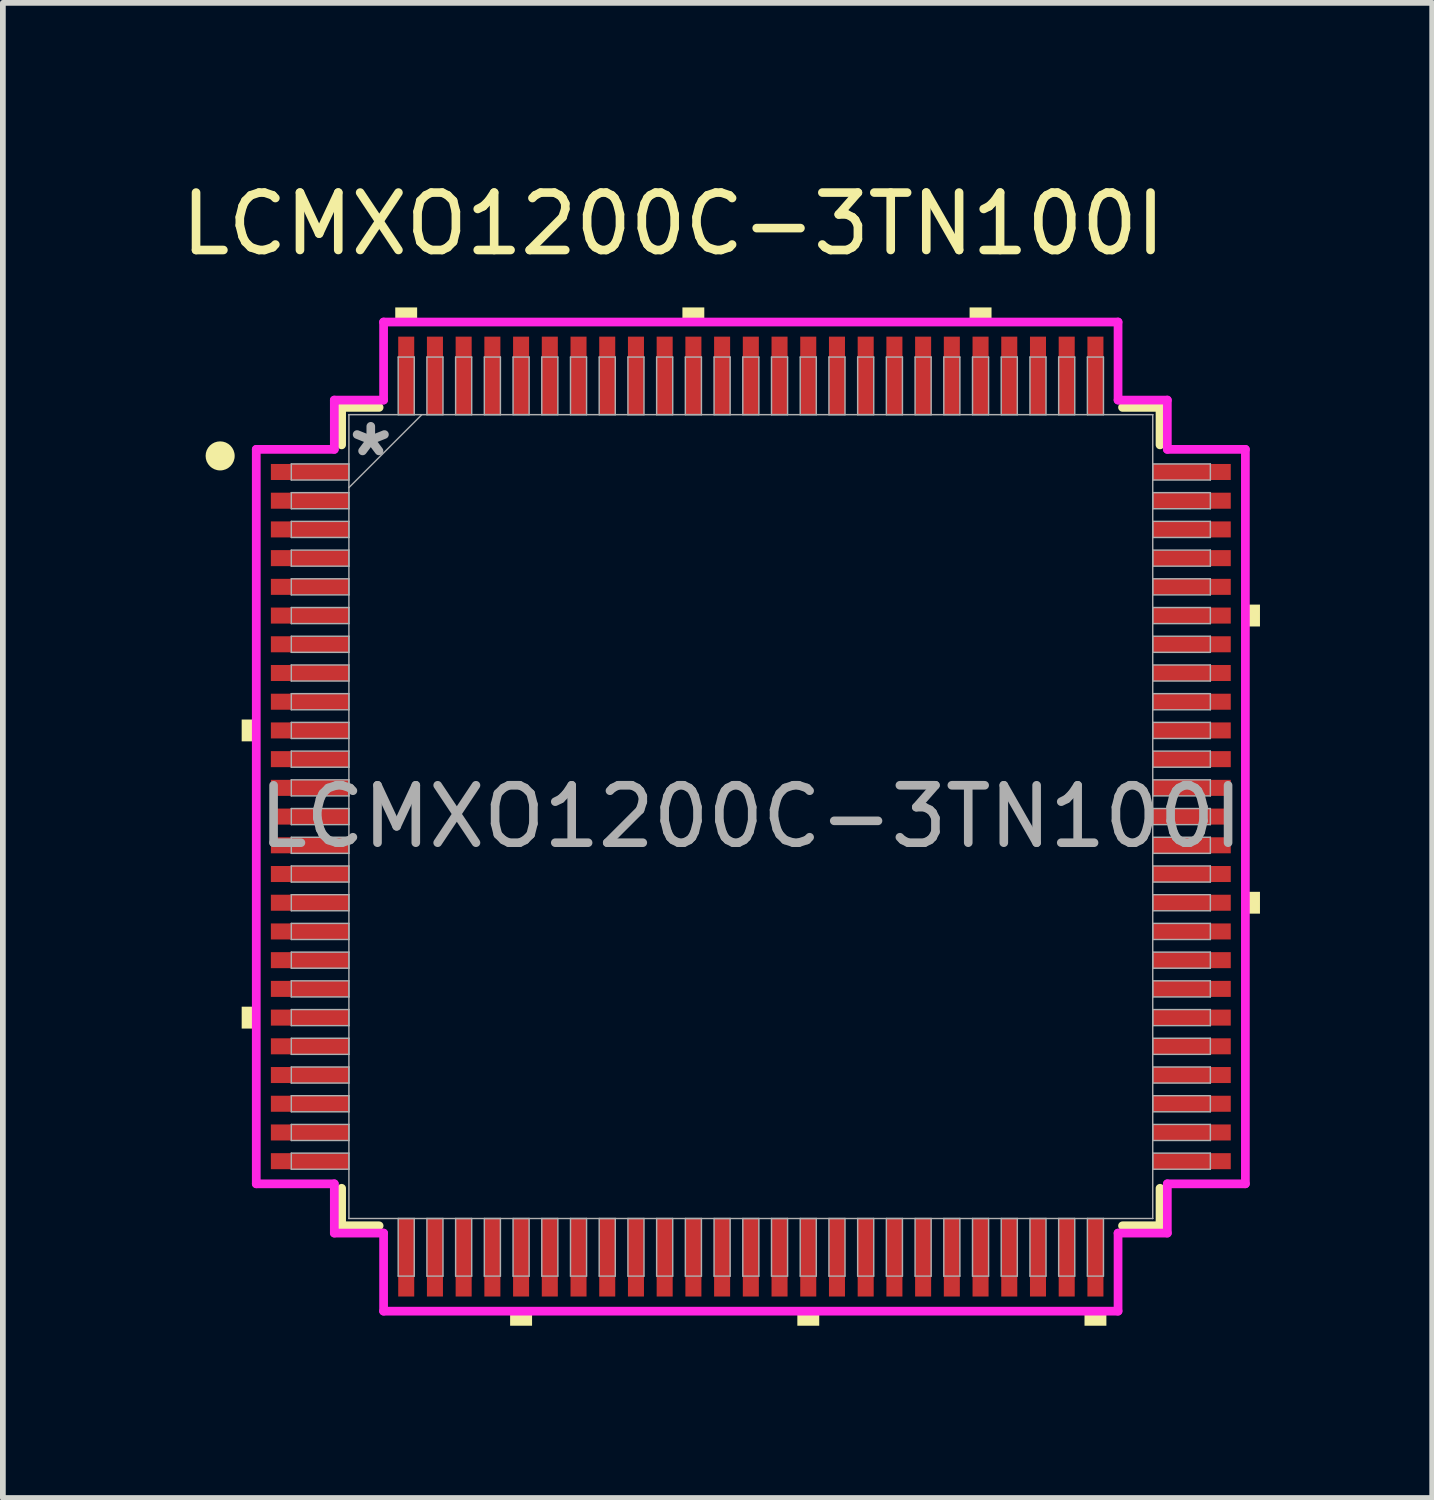
<source format=kicad_pcb>
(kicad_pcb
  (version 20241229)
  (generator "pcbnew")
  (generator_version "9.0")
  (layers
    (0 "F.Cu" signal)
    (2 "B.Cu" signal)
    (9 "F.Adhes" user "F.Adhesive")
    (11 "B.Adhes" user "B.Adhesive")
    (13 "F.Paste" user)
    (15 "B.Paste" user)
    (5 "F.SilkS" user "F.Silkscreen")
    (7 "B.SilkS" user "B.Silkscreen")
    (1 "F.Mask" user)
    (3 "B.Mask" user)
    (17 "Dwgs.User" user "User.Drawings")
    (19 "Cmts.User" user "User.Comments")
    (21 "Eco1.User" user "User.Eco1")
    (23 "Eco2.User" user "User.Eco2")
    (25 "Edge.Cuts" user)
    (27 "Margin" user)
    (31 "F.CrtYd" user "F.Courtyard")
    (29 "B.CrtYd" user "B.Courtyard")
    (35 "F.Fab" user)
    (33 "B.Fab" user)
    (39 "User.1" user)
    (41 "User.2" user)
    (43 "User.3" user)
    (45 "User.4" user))
  (footprint "LCMXO1200C-3TN100I"
    (layer "F.Cu")
    (at 10.023 11.168)
    (property "Reference" "LCMXO1200C-3TN100I" (at -1.35 -10.32 0) (unlocked yes) (layer "F.SilkS") (effects (font (size 1 1) (thickness 0.15))))
    (attr smd)
    (fp_line (start -7.125 -7.125) (end -7.125 -6.472) (stroke (width 0.152) (type solid)) (layer "F.SilkS"))
    (fp_line (start -7.125 6.472) (end -7.125 7.125) (stroke (width 0.152) (type solid)) (layer "F.SilkS"))
    (fp_line (start -7.125 7.125) (end -6.472 7.125) (stroke (width 0.152) (type solid)) (layer "F.SilkS"))
    (fp_line (start -6.472 -7.125) (end -7.125 -7.125) (stroke (width 0.152) (type solid)) (layer "F.SilkS"))
    (fp_line (start 6.472 7.125) (end 7.125 7.125) (stroke (width 0.152) (type solid)) (layer "F.SilkS"))
    (fp_line (start 7.125 -7.125) (end 6.472 -7.125) (stroke (width 0.152) (type solid)) (layer "F.SilkS"))
    (fp_line (start 7.125 -6.472) (end 7.125 -7.125) (stroke (width 0.152) (type solid)) (layer "F.SilkS"))
    (fp_line (start 7.125 7.125) (end 7.125 6.472) (stroke (width 0.152) (type solid)) (layer "F.SilkS"))
    (fp_circle (center -9.24 -6.28) (end -9.047 -6.28) (stroke (width 0.12) (type solid)) (fill yes) (layer "F.SilkS"))
    (fp_poly (pts (xy -8.865 -1.69) (xy -8.865 -1.31) (xy -8.611 -1.31) (xy -8.611 -1.69)) (stroke (width 0) (type solid)) (fill yes) (layer "F.SilkS"))
    (fp_poly (pts (xy -8.865 3.31) (xy -8.865 3.691) (xy -8.611 3.691) (xy -8.611 3.31)) (stroke (width 0) (type solid)) (fill yes) (layer "F.SilkS"))
    (fp_poly (pts (xy -6.191 -8.611) (xy -6.191 -8.865) (xy -5.81 -8.865) (xy -5.81 -8.611)) (stroke (width 0) (type solid)) (fill yes) (layer "F.SilkS"))
    (fp_poly (pts (xy -4.191 8.611) (xy -4.191 8.865) (xy -3.809 8.865) (xy -3.809 8.611)) (stroke (width 0) (type solid)) (fill yes) (layer "F.SilkS"))
    (fp_poly (pts (xy -1.191 -8.611) (xy -1.191 -8.865) (xy -0.81 -8.865) (xy -0.81 -8.611)) (stroke (width 0) (type solid)) (fill yes) (layer "F.SilkS"))
    (fp_poly (pts (xy 0.81 8.611) (xy 0.81 8.865) (xy 1.191 8.865) (xy 1.191 8.611)) (stroke (width 0) (type solid)) (fill yes) (layer "F.SilkS"))
    (fp_poly (pts (xy 3.809 -8.611) (xy 3.809 -8.865) (xy 4.191 -8.865) (xy 4.191 -8.611)) (stroke (width 0) (type solid)) (fill yes) (layer "F.SilkS"))
    (fp_poly (pts (xy 5.81 8.611) (xy 5.81 8.865) (xy 6.191 8.865) (xy 6.191 8.611)) (stroke (width 0) (type solid)) (fill yes) (layer "F.SilkS"))
    (fp_poly (pts (xy 8.865 -3.691) (xy 8.865 -3.31) (xy 8.611 -3.31) (xy 8.611 -3.691)) (stroke (width 0) (type solid)) (fill yes) (layer "F.SilkS"))
    (fp_poly (pts (xy 8.865 1.31) (xy 8.865 1.69) (xy 8.611 1.69) (xy 8.611 1.31)) (stroke (width 0) (type solid)) (fill yes) (layer "F.SilkS"))
    (fp_line (start -8.611 -6.394) (end -7.252 -6.394) (stroke (width 0.152) (type solid)) (layer "F.CrtYd"))
    (fp_line (start -8.611 6.394) (end -8.611 -6.394) (stroke (width 0.152) (type solid)) (layer "F.CrtYd"))
    (fp_line (start -7.252 -7.252) (end -6.394 -7.252) (stroke (width 0.152) (type solid)) (layer "F.CrtYd"))
    (fp_line (start -7.252 -6.394) (end -7.252 -7.252) (stroke (width 0.152) (type solid)) (layer "F.CrtYd"))
    (fp_line (start -7.252 6.394) (end -8.611 6.394) (stroke (width 0.152) (type solid)) (layer "F.CrtYd"))
    (fp_line (start -7.252 7.252) (end -7.252 6.394) (stroke (width 0.152) (type solid)) (layer "F.CrtYd"))
    (fp_line (start -7.252 7.252) (end -6.394 7.252) (stroke (width 0.152) (type solid)) (layer "F.CrtYd"))
    (fp_line (start -6.394 -8.611) (end 6.394 -8.611) (stroke (width 0.152) (type solid)) (layer "F.CrtYd"))
    (fp_line (start -6.394 -7.252) (end -6.394 -8.611) (stroke (width 0.152) (type solid)) (layer "F.CrtYd"))
    (fp_line (start -6.394 7.252) (end -6.394 8.611) (stroke (width 0.152) (type solid)) (layer "F.CrtYd"))
    (fp_line (start -6.394 8.611) (end 6.394 8.611) (stroke (width 0.152) (type solid)) (layer "F.CrtYd"))
    (fp_line (start 6.394 -8.611) (end 6.394 -7.252) (stroke (width 0.152) (type solid)) (layer "F.CrtYd"))
    (fp_line (start 6.394 -7.252) (end 7.252 -7.252) (stroke (width 0.152) (type solid)) (layer "F.CrtYd"))
    (fp_line (start 6.394 7.252) (end 7.252 7.252) (stroke (width 0.152) (type solid)) (layer "F.CrtYd"))
    (fp_line (start 6.394 8.611) (end 6.394 7.252) (stroke (width 0.152) (type solid)) (layer "F.CrtYd"))
    (fp_line (start 7.252 -6.394) (end 7.252 -7.252) (stroke (width 0.152) (type solid)) (layer "F.CrtYd"))
    (fp_line (start 7.252 6.394) (end 8.611 6.394) (stroke (width 0.152) (type solid)) (layer "F.CrtYd"))
    (fp_line (start 7.252 7.252) (end 7.252 6.394) (stroke (width 0.152) (type solid)) (layer "F.CrtYd"))
    (fp_line (start 8.611 -6.394) (end 7.252 -6.394) (stroke (width 0.152) (type solid)) (layer "F.CrtYd"))
    (fp_line (start 8.611 6.394) (end 8.611 -6.394) (stroke (width 0.152) (type solid)) (layer "F.CrtYd"))
    (fp_line (start -8.001 -6.14) (end -8.001 -5.86) (stroke (width 0.025) (type solid)) (layer "F.Fab"))
    (fp_line (start -8.001 -5.86) (end -6.998 -5.86) (stroke (width 0.025) (type solid)) (layer "F.Fab"))
    (fp_line (start -8.001 -5.64) (end -8.001 -5.36) (stroke (width 0.025) (type solid)) (layer "F.Fab"))
    (fp_line (start -8.001 -5.36) (end -6.998 -5.36) (stroke (width 0.025) (type solid)) (layer "F.Fab"))
    (fp_line (start -8.001 -5.14) (end -8.001 -4.86) (stroke (width 0.025) (type solid)) (layer "F.Fab"))
    (fp_line (start -8.001 -4.86) (end -6.998 -4.86) (stroke (width 0.025) (type solid)) (layer "F.Fab"))
    (fp_line (start -8.001 -4.64) (end -8.001 -4.36) (stroke (width 0.025) (type solid)) (layer "F.Fab"))
    (fp_line (start -8.001 -4.36) (end -6.998 -4.36) (stroke (width 0.025) (type solid)) (layer "F.Fab"))
    (fp_line (start -8.001 -4.14) (end -8.001 -3.86) (stroke (width 0.025) (type solid)) (layer "F.Fab"))
    (fp_line (start -8.001 -3.86) (end -6.998 -3.86) (stroke (width 0.025) (type solid)) (layer "F.Fab"))
    (fp_line (start -8.001 -3.64) (end -8.001 -3.36) (stroke (width 0.025) (type solid)) (layer "F.Fab"))
    (fp_line (start -8.001 -3.36) (end -6.998 -3.36) (stroke (width 0.025) (type solid)) (layer "F.Fab"))
    (fp_line (start -8.001 -3.14) (end -8.001 -2.86) (stroke (width 0.025) (type solid)) (layer "F.Fab"))
    (fp_line (start -8.001 -2.86) (end -6.998 -2.86) (stroke (width 0.025) (type solid)) (layer "F.Fab"))
    (fp_line (start -8.001 -2.64) (end -8.001 -2.36) (stroke (width 0.025) (type solid)) (layer "F.Fab"))
    (fp_line (start -8.001 -2.36) (end -6.998 -2.36) (stroke (width 0.025) (type solid)) (layer "F.Fab"))
    (fp_line (start -8.001 -2.14) (end -8.001 -1.86) (stroke (width 0.025) (type solid)) (layer "F.Fab"))
    (fp_line (start -8.001 -1.86) (end -6.998 -1.86) (stroke (width 0.025) (type solid)) (layer "F.Fab"))
    (fp_line (start -8.001 -1.64) (end -8.001 -1.36) (stroke (width 0.025) (type solid)) (layer "F.Fab"))
    (fp_line (start -8.001 -1.36) (end -6.998 -1.36) (stroke (width 0.025) (type solid)) (layer "F.Fab"))
    (fp_line (start -8.001 -1.14) (end -8.001 -0.86) (stroke (width 0.025) (type solid)) (layer "F.Fab"))
    (fp_line (start -8.001 -0.86) (end -6.998 -0.86) (stroke (width 0.025) (type solid)) (layer "F.Fab"))
    (fp_line (start -8.001 -0.64) (end -8.001 -0.36) (stroke (width 0.025) (type solid)) (layer "F.Fab"))
    (fp_line (start -8.001 -0.36) (end -6.998 -0.36) (stroke (width 0.025) (type solid)) (layer "F.Fab"))
    (fp_line (start -8.001 -0.14) (end -8.001 0.14) (stroke (width 0.025) (type solid)) (layer "F.Fab"))
    (fp_line (start -8.001 0.14) (end -6.998 0.14) (stroke (width 0.025) (type solid)) (layer "F.Fab"))
    (fp_line (start -8.001 0.36) (end -8.001 0.64) (stroke (width 0.025) (type solid)) (layer "F.Fab"))
    (fp_line (start -8.001 0.64) (end -6.998 0.64) (stroke (width 0.025) (type solid)) (layer "F.Fab"))
    (fp_line (start -8.001 0.86) (end -8.001 1.14) (stroke (width 0.025) (type solid)) (layer "F.Fab"))
    (fp_line (start -8.001 1.14) (end -6.998 1.14) (stroke (width 0.025) (type solid)) (layer "F.Fab"))
    (fp_line (start -8.001 1.36) (end -8.001 1.64) (stroke (width 0.025) (type solid)) (layer "F.Fab"))
    (fp_line (start -8.001 1.64) (end -6.998 1.64) (stroke (width 0.025) (type solid)) (layer "F.Fab"))
    (fp_line (start -8.001 1.86) (end -8.001 2.14) (stroke (width 0.025) (type solid)) (layer "F.Fab"))
    (fp_line (start -8.001 2.14) (end -6.998 2.14) (stroke (width 0.025) (type solid)) (layer "F.Fab"))
    (fp_line (start -8.001 2.36) (end -8.001 2.64) (stroke (width 0.025) (type solid)) (layer "F.Fab"))
    (fp_line (start -8.001 2.64) (end -6.998 2.64) (stroke (width 0.025) (type solid)) (layer "F.Fab"))
    (fp_line (start -8.001 2.86) (end -8.001 3.14) (stroke (width 0.025) (type solid)) (layer "F.Fab"))
    (fp_line (start -8.001 3.14) (end -6.998 3.14) (stroke (width 0.025) (type solid)) (layer "F.Fab"))
    (fp_line (start -8.001 3.36) (end -8.001 3.64) (stroke (width 0.025) (type solid)) (layer "F.Fab"))
    (fp_line (start -8.001 3.64) (end -6.998 3.64) (stroke (width 0.025) (type solid)) (layer "F.Fab"))
    (fp_line (start -8.001 3.86) (end -8.001 4.14) (stroke (width 0.025) (type solid)) (layer "F.Fab"))
    (fp_line (start -8.001 4.14) (end -6.998 4.14) (stroke (width 0.025) (type solid)) (layer "F.Fab"))
    (fp_line (start -8.001 4.36) (end -8.001 4.64) (stroke (width 0.025) (type solid)) (layer "F.Fab"))
    (fp_line (start -8.001 4.64) (end -6.998 4.64) (stroke (width 0.025) (type solid)) (layer "F.Fab"))
    (fp_line (start -8.001 4.86) (end -8.001 5.14) (stroke (width 0.025) (type solid)) (layer "F.Fab"))
    (fp_line (start -8.001 5.14) (end -6.998 5.14) (stroke (width 0.025) (type solid)) (layer "F.Fab"))
    (fp_line (start -8.001 5.36) (end -8.001 5.64) (stroke (width 0.025) (type solid)) (layer "F.Fab"))
    (fp_line (start -8.001 5.64) (end -6.998 5.64) (stroke (width 0.025) (type solid)) (layer "F.Fab"))
    (fp_line (start -8.001 5.86) (end -8.001 6.14) (stroke (width 0.025) (type solid)) (layer "F.Fab"))
    (fp_line (start -8.001 6.14) (end -6.998 6.14) (stroke (width 0.025) (type solid)) (layer "F.Fab"))
    (fp_line (start -6.998 -6.998) (end -6.998 -6.998) (stroke (width 0.025) (type solid)) (layer "F.Fab"))
    (fp_line (start -6.998 -6.998) (end -6.998 6.998) (stroke (width 0.025) (type solid)) (layer "F.Fab"))
    (fp_line (start -6.998 -6.14) (end -8.001 -6.14) (stroke (width 0.025) (type solid)) (layer "F.Fab"))
    (fp_line (start -6.998 -5.86) (end -6.998 -6.14) (stroke (width 0.025) (type solid)) (layer "F.Fab"))
    (fp_line (start -6.998 -5.728) (end -5.728 -6.998) (stroke (width 0.025) (type solid)) (layer "F.Fab"))
    (fp_line (start -6.998 -5.64) (end -8.001 -5.64) (stroke (width 0.025) (type solid)) (layer "F.Fab"))
    (fp_line (start -6.998 -5.36) (end -6.998 -5.64) (stroke (width 0.025) (type solid)) (layer "F.Fab"))
    (fp_line (start -6.998 -5.14) (end -8.001 -5.14) (stroke (width 0.025) (type solid)) (layer "F.Fab"))
    (fp_line (start -6.998 -4.86) (end -6.998 -5.14) (stroke (width 0.025) (type solid)) (layer "F.Fab"))
    (fp_line (start -6.998 -4.64) (end -8.001 -4.64) (stroke (width 0.025) (type solid)) (layer "F.Fab"))
    (fp_line (start -6.998 -4.36) (end -6.998 -4.64) (stroke (width 0.025) (type solid)) (layer "F.Fab"))
    (fp_line (start -6.998 -4.14) (end -8.001 -4.14) (stroke (width 0.025) (type solid)) (layer "F.Fab"))
    (fp_line (start -6.998 -3.86) (end -6.998 -4.14) (stroke (width 0.025) (type solid)) (layer "F.Fab"))
    (fp_line (start -6.998 -3.64) (end -8.001 -3.64) (stroke (width 0.025) (type solid)) (layer "F.Fab"))
    (fp_line (start -6.998 -3.36) (end -6.998 -3.64) (stroke (width 0.025) (type solid)) (layer "F.Fab"))
    (fp_line (start -6.998 -3.14) (end -8.001 -3.14) (stroke (width 0.025) (type solid)) (layer "F.Fab"))
    (fp_line (start -6.998 -2.86) (end -6.998 -3.14) (stroke (width 0.025) (type solid)) (layer "F.Fab"))
    (fp_line (start -6.998 -2.64) (end -8.001 -2.64) (stroke (width 0.025) (type solid)) (layer "F.Fab"))
    (fp_line (start -6.998 -2.36) (end -6.998 -2.64) (stroke (width 0.025) (type solid)) (layer "F.Fab"))
    (fp_line (start -6.998 -2.14) (end -8.001 -2.14) (stroke (width 0.025) (type solid)) (layer "F.Fab"))
    (fp_line (start -6.998 -1.86) (end -6.998 -2.14) (stroke (width 0.025) (type solid)) (layer "F.Fab"))
    (fp_line (start -6.998 -1.64) (end -8.001 -1.64) (stroke (width 0.025) (type solid)) (layer "F.Fab"))
    (fp_line (start -6.998 -1.36) (end -6.998 -1.64) (stroke (width 0.025) (type solid)) (layer "F.Fab"))
    (fp_line (start -6.998 -1.14) (end -8.001 -1.14) (stroke (width 0.025) (type solid)) (layer "F.Fab"))
    (fp_line (start -6.998 -0.86) (end -6.998 -1.14) (stroke (width 0.025) (type solid)) (layer "F.Fab"))
    (fp_line (start -6.998 -0.64) (end -8.001 -0.64) (stroke (width 0.025) (type solid)) (layer "F.Fab"))
    (fp_line (start -6.998 -0.36) (end -6.998 -0.64) (stroke (width 0.025) (type solid)) (layer "F.Fab"))
    (fp_line (start -6.998 -0.14) (end -8.001 -0.14) (stroke (width 0.025) (type solid)) (layer "F.Fab"))
    (fp_line (start -6.998 0.14) (end -6.998 -0.14) (stroke (width 0.025) (type solid)) (layer "F.Fab"))
    (fp_line (start -6.998 0.36) (end -8.001 0.36) (stroke (width 0.025) (type solid)) (layer "F.Fab"))
    (fp_line (start -6.998 0.64) (end -6.998 0.36) (stroke (width 0.025) (type solid)) (layer "F.Fab"))
    (fp_line (start -6.998 0.86) (end -8.001 0.86) (stroke (width 0.025) (type solid)) (layer "F.Fab"))
    (fp_line (start -6.998 1.14) (end -6.998 0.86) (stroke (width 0.025) (type solid)) (layer "F.Fab"))
    (fp_line (start -6.998 1.36) (end -8.001 1.36) (stroke (width 0.025) (type solid)) (layer "F.Fab"))
    (fp_line (start -6.998 1.64) (end -6.998 1.36) (stroke (width 0.025) (type solid)) (layer "F.Fab"))
    (fp_line (start -6.998 1.86) (end -8.001 1.86) (stroke (width 0.025) (type solid)) (layer "F.Fab"))
    (fp_line (start -6.998 2.14) (end -6.998 1.86) (stroke (width 0.025) (type solid)) (layer "F.Fab"))
    (fp_line (start -6.998 2.36) (end -8.001 2.36) (stroke (width 0.025) (type solid)) (layer "F.Fab"))
    (fp_line (start -6.998 2.64) (end -6.998 2.36) (stroke (width 0.025) (type solid)) (layer "F.Fab"))
    (fp_line (start -6.998 2.86) (end -8.001 2.86) (stroke (width 0.025) (type solid)) (layer "F.Fab"))
    (fp_line (start -6.998 3.14) (end -6.998 2.86) (stroke (width 0.025) (type solid)) (layer "F.Fab"))
    (fp_line (start -6.998 3.36) (end -8.001 3.36) (stroke (width 0.025) (type solid)) (layer "F.Fab"))
    (fp_line (start -6.998 3.64) (end -6.998 3.36) (stroke (width 0.025) (type solid)) (layer "F.Fab"))
    (fp_line (start -6.998 3.86) (end -8.001 3.86) (stroke (width 0.025) (type solid)) (layer "F.Fab"))
    (fp_line (start -6.998 4.14) (end -6.998 3.86) (stroke (width 0.025) (type solid)) (layer "F.Fab"))
    (fp_line (start -6.998 4.36) (end -8.001 4.36) (stroke (width 0.025) (type solid)) (layer "F.Fab"))
    (fp_line (start -6.998 4.64) (end -6.998 4.36) (stroke (width 0.025) (type solid)) (layer "F.Fab"))
    (fp_line (start -6.998 4.86) (end -8.001 4.86) (stroke (width 0.025) (type solid)) (layer "F.Fab"))
    (fp_line (start -6.998 5.14) (end -6.998 4.86) (stroke (width 0.025) (type solid)) (layer "F.Fab"))
    (fp_line (start -6.998 5.36) (end -8.001 5.36) (stroke (width 0.025) (type solid)) (layer "F.Fab"))
    (fp_line (start -6.998 5.64) (end -6.998 5.36) (stroke (width 0.025) (type solid)) (layer "F.Fab"))
    (fp_line (start -6.998 5.86) (end -8.001 5.86) (stroke (width 0.025) (type solid)) (layer "F.Fab"))
    (fp_line (start -6.998 6.14) (end -6.998 5.86) (stroke (width 0.025) (type solid)) (layer "F.Fab"))
    (fp_line (start -6.998 6.998) (end -6.998 6.998) (stroke (width 0.025) (type solid)) (layer "F.Fab"))
    (fp_line (start -6.998 6.998) (end 6.998 6.998) (stroke (width 0.025) (type solid)) (layer "F.Fab"))
    (fp_line (start -6.14 -8.001) (end -6.14 -6.998) (stroke (width 0.025) (type solid)) (layer "F.Fab"))
    (fp_line (start -6.14 -6.998) (end -5.86 -6.998) (stroke (width 0.025) (type solid)) (layer "F.Fab"))
    (fp_line (start -6.14 6.998) (end -6.14 8.001) (stroke (width 0.025) (type solid)) (layer "F.Fab"))
    (fp_line (start -6.14 8.001) (end -5.86 8.001) (stroke (width 0.025) (type solid)) (layer "F.Fab"))
    (fp_line (start -5.86 -8.001) (end -6.14 -8.001) (stroke (width 0.025) (type solid)) (layer "F.Fab"))
    (fp_line (start -5.86 -6.998) (end -5.86 -8.001) (stroke (width 0.025) (type solid)) (layer "F.Fab"))
    (fp_line (start -5.86 6.998) (end -6.14 6.998) (stroke (width 0.025) (type solid)) (layer "F.Fab"))
    (fp_line (start -5.86 8.001) (end -5.86 6.998) (stroke (width 0.025) (type solid)) (layer "F.Fab"))
    (fp_line (start -5.64 -8.001) (end -5.64 -6.998) (stroke (width 0.025) (type solid)) (layer "F.Fab"))
    (fp_line (start -5.64 -6.998) (end -5.36 -6.998) (stroke (width 0.025) (type solid)) (layer "F.Fab"))
    (fp_line (start -5.64 6.998) (end -5.64 8.001) (stroke (width 0.025) (type solid)) (layer "F.Fab"))
    (fp_line (start -5.64 8.001) (end -5.36 8.001) (stroke (width 0.025) (type solid)) (layer "F.Fab"))
    (fp_line (start -5.36 -8.001) (end -5.64 -8.001) (stroke (width 0.025) (type solid)) (layer "F.Fab"))
    (fp_line (start -5.36 -6.998) (end -5.36 -8.001) (stroke (width 0.025) (type solid)) (layer "F.Fab"))
    (fp_line (start -5.36 6.998) (end -5.64 6.998) (stroke (width 0.025) (type solid)) (layer "F.Fab"))
    (fp_line (start -5.36 8.001) (end -5.36 6.998) (stroke (width 0.025) (type solid)) (layer "F.Fab"))
    (fp_line (start -5.14 -8.001) (end -5.14 -6.998) (stroke (width 0.025) (type solid)) (layer "F.Fab"))
    (fp_line (start -5.14 -6.998) (end -4.86 -6.998) (stroke (width 0.025) (type solid)) (layer "F.Fab"))
    (fp_line (start -5.14 6.998) (end -5.14 8.001) (stroke (width 0.025) (type solid)) (layer "F.Fab"))
    (fp_line (start -5.14 8.001) (end -4.86 8.001) (stroke (width 0.025) (type solid)) (layer "F.Fab"))
    (fp_line (start -4.86 -8.001) (end -5.14 -8.001) (stroke (width 0.025) (type solid)) (layer "F.Fab"))
    (fp_line (start -4.86 -6.998) (end -4.86 -8.001) (stroke (width 0.025) (type solid)) (layer "F.Fab"))
    (fp_line (start -4.86 6.998) (end -5.14 6.998) (stroke (width 0.025) (type solid)) (layer "F.Fab"))
    (fp_line (start -4.86 8.001) (end -4.86 6.998) (stroke (width 0.025) (type solid)) (layer "F.Fab"))
    (fp_line (start -4.64 -8.001) (end -4.64 -6.998) (stroke (width 0.025) (type solid)) (layer "F.Fab"))
    (fp_line (start -4.64 -6.998) (end -4.36 -6.998) (stroke (width 0.025) (type solid)) (layer "F.Fab"))
    (fp_line (start -4.64 6.998) (end -4.64 8.001) (stroke (width 0.025) (type solid)) (layer "F.Fab"))
    (fp_line (start -4.64 8.001) (end -4.36 8.001) (stroke (width 0.025) (type solid)) (layer "F.Fab"))
    (fp_line (start -4.36 -8.001) (end -4.64 -8.001) (stroke (width 0.025) (type solid)) (layer "F.Fab"))
    (fp_line (start -4.36 -6.998) (end -4.36 -8.001) (stroke (width 0.025) (type solid)) (layer "F.Fab"))
    (fp_line (start -4.36 6.998) (end -4.64 6.998) (stroke (width 0.025) (type solid)) (layer "F.Fab"))
    (fp_line (start -4.36 8.001) (end -4.36 6.998) (stroke (width 0.025) (type solid)) (layer "F.Fab"))
    (fp_line (start -4.14 -8.001) (end -4.14 -6.998) (stroke (width 0.025) (type solid)) (layer "F.Fab"))
    (fp_line (start -4.14 -6.998) (end -3.86 -6.998) (stroke (width 0.025) (type solid)) (layer "F.Fab"))
    (fp_line (start -4.14 6.998) (end -4.14 8.001) (stroke (width 0.025) (type solid)) (layer "F.Fab"))
    (fp_line (start -4.14 8.001) (end -3.86 8.001) (stroke (width 0.025) (type solid)) (layer "F.Fab"))
    (fp_line (start -3.86 -8.001) (end -4.14 -8.001) (stroke (width 0.025) (type solid)) (layer "F.Fab"))
    (fp_line (start -3.86 -6.998) (end -3.86 -8.001) (stroke (width 0.025) (type solid)) (layer "F.Fab"))
    (fp_line (start -3.86 6.998) (end -4.14 6.998) (stroke (width 0.025) (type solid)) (layer "F.Fab"))
    (fp_line (start -3.86 8.001) (end -3.86 6.998) (stroke (width 0.025) (type solid)) (layer "F.Fab"))
    (fp_line (start -3.64 -8.001) (end -3.64 -6.998) (stroke (width 0.025) (type solid)) (layer "F.Fab"))
    (fp_line (start -3.64 -6.998) (end -3.36 -6.998) (stroke (width 0.025) (type solid)) (layer "F.Fab"))
    (fp_line (start -3.64 6.998) (end -3.64 8.001) (stroke (width 0.025) (type solid)) (layer "F.Fab"))
    (fp_line (start -3.64 8.001) (end -3.36 8.001) (stroke (width 0.025) (type solid)) (layer "F.Fab"))
    (fp_line (start -3.36 -8.001) (end -3.64 -8.001) (stroke (width 0.025) (type solid)) (layer "F.Fab"))
    (fp_line (start -3.36 -6.998) (end -3.36 -8.001) (stroke (width 0.025) (type solid)) (layer "F.Fab"))
    (fp_line (start -3.36 6.998) (end -3.64 6.998) (stroke (width 0.025) (type solid)) (layer "F.Fab"))
    (fp_line (start -3.36 8.001) (end -3.36 6.998) (stroke (width 0.025) (type solid)) (layer "F.Fab"))
    (fp_line (start -3.14 -8.001) (end -3.14 -6.998) (stroke (width 0.025) (type solid)) (layer "F.Fab"))
    (fp_line (start -3.14 -6.998) (end -2.86 -6.998) (stroke (width 0.025) (type solid)) (layer "F.Fab"))
    (fp_line (start -3.14 6.998) (end -3.14 8.001) (stroke (width 0.025) (type solid)) (layer "F.Fab"))
    (fp_line (start -3.14 8.001) (end -2.86 8.001) (stroke (width 0.025) (type solid)) (layer "F.Fab"))
    (fp_line (start -2.86 -8.001) (end -3.14 -8.001) (stroke (width 0.025) (type solid)) (layer "F.Fab"))
    (fp_line (start -2.86 -6.998) (end -2.86 -8.001) (stroke (width 0.025) (type solid)) (layer "F.Fab"))
    (fp_line (start -2.86 6.998) (end -3.14 6.998) (stroke (width 0.025) (type solid)) (layer "F.Fab"))
    (fp_line (start -2.86 8.001) (end -2.86 6.998) (stroke (width 0.025) (type solid)) (layer "F.Fab"))
    (fp_line (start -2.64 -8.001) (end -2.64 -6.998) (stroke (width 0.025) (type solid)) (layer "F.Fab"))
    (fp_line (start -2.64 -6.998) (end -2.36 -6.998) (stroke (width 0.025) (type solid)) (layer "F.Fab"))
    (fp_line (start -2.64 6.998) (end -2.64 8.001) (stroke (width 0.025) (type solid)) (layer "F.Fab"))
    (fp_line (start -2.64 8.001) (end -2.36 8.001) (stroke (width 0.025) (type solid)) (layer "F.Fab"))
    (fp_line (start -2.36 -8.001) (end -2.64 -8.001) (stroke (width 0.025) (type solid)) (layer "F.Fab"))
    (fp_line (start -2.36 -6.998) (end -2.36 -8.001) (stroke (width 0.025) (type solid)) (layer "F.Fab"))
    (fp_line (start -2.36 6.998) (end -2.64 6.998) (stroke (width 0.025) (type solid)) (layer "F.Fab"))
    (fp_line (start -2.36 8.001) (end -2.36 6.998) (stroke (width 0.025) (type solid)) (layer "F.Fab"))
    (fp_line (start -2.14 -8.001) (end -2.14 -6.998) (stroke (width 0.025) (type solid)) (layer "F.Fab"))
    (fp_line (start -2.14 -6.998) (end -1.86 -6.998) (stroke (width 0.025) (type solid)) (layer "F.Fab"))
    (fp_line (start -2.14 6.998) (end -2.14 8.001) (stroke (width 0.025) (type solid)) (layer "F.Fab"))
    (fp_line (start -2.14 8.001) (end -1.86 8.001) (stroke (width 0.025) (type solid)) (layer "F.Fab"))
    (fp_line (start -1.86 -8.001) (end -2.14 -8.001) (stroke (width 0.025) (type solid)) (layer "F.Fab"))
    (fp_line (start -1.86 -6.998) (end -1.86 -8.001) (stroke (width 0.025) (type solid)) (layer "F.Fab"))
    (fp_line (start -1.86 6.998) (end -2.14 6.998) (stroke (width 0.025) (type solid)) (layer "F.Fab"))
    (fp_line (start -1.86 8.001) (end -1.86 6.998) (stroke (width 0.025) (type solid)) (layer "F.Fab"))
    (fp_line (start -1.64 -8.001) (end -1.64 -6.998) (stroke (width 0.025) (type solid)) (layer "F.Fab"))
    (fp_line (start -1.64 -6.998) (end -1.36 -6.998) (stroke (width 0.025) (type solid)) (layer "F.Fab"))
    (fp_line (start -1.64 6.998) (end -1.64 8.001) (stroke (width 0.025) (type solid)) (layer "F.Fab"))
    (fp_line (start -1.64 8.001) (end -1.36 8.001) (stroke (width 0.025) (type solid)) (layer "F.Fab"))
    (fp_line (start -1.36 -8.001) (end -1.64 -8.001) (stroke (width 0.025) (type solid)) (layer "F.Fab"))
    (fp_line (start -1.36 -6.998) (end -1.36 -8.001) (stroke (width 0.025) (type solid)) (layer "F.Fab"))
    (fp_line (start -1.36 6.998) (end -1.64 6.998) (stroke (width 0.025) (type solid)) (layer "F.Fab"))
    (fp_line (start -1.36 8.001) (end -1.36 6.998) (stroke (width 0.025) (type solid)) (layer "F.Fab"))
    (fp_line (start -1.14 -8.001) (end -1.14 -6.998) (stroke (width 0.025) (type solid)) (layer "F.Fab"))
    (fp_line (start -1.14 -6.998) (end -0.86 -6.998) (stroke (width 0.025) (type solid)) (layer "F.Fab"))
    (fp_line (start -1.14 6.998) (end -1.14 8.001) (stroke (width 0.025) (type solid)) (layer "F.Fab"))
    (fp_line (start -1.14 8.001) (end -0.86 8.001) (stroke (width 0.025) (type solid)) (layer "F.Fab"))
    (fp_line (start -0.86 -8.001) (end -1.14 -8.001) (stroke (width 0.025) (type solid)) (layer "F.Fab"))
    (fp_line (start -0.86 -6.998) (end -0.86 -8.001) (stroke (width 0.025) (type solid)) (layer "F.Fab"))
    (fp_line (start -0.86 6.998) (end -1.14 6.998) (stroke (width 0.025) (type solid)) (layer "F.Fab"))
    (fp_line (start -0.86 8.001) (end -0.86 6.998) (stroke (width 0.025) (type solid)) (layer "F.Fab"))
    (fp_line (start -0.64 -8.001) (end -0.64 -6.998) (stroke (width 0.025) (type solid)) (layer "F.Fab"))
    (fp_line (start -0.64 -6.998) (end -0.36 -6.998) (stroke (width 0.025) (type solid)) (layer "F.Fab"))
    (fp_line (start -0.64 6.998) (end -0.64 8.001) (stroke (width 0.025) (type solid)) (layer "F.Fab"))
    (fp_line (start -0.64 8.001) (end -0.36 8.001) (stroke (width 0.025) (type solid)) (layer "F.Fab"))
    (fp_line (start -0.36 -8.001) (end -0.64 -8.001) (stroke (width 0.025) (type solid)) (layer "F.Fab"))
    (fp_line (start -0.36 -6.998) (end -0.36 -8.001) (stroke (width 0.025) (type solid)) (layer "F.Fab"))
    (fp_line (start -0.36 6.998) (end -0.64 6.998) (stroke (width 0.025) (type solid)) (layer "F.Fab"))
    (fp_line (start -0.36 8.001) (end -0.36 6.998) (stroke (width 0.025) (type solid)) (layer "F.Fab"))
    (fp_line (start -0.14 -8.001) (end -0.14 -6.998) (stroke (width 0.025) (type solid)) (layer "F.Fab"))
    (fp_line (start -0.14 -6.998) (end 0.14 -6.998) (stroke (width 0.025) (type solid)) (layer "F.Fab"))
    (fp_line (start -0.14 6.998) (end -0.14 8.001) (stroke (width 0.025) (type solid)) (layer "F.Fab"))
    (fp_line (start -0.14 8.001) (end 0.14 8.001) (stroke (width 0.025) (type solid)) (layer "F.Fab"))
    (fp_line (start 0.14 -8.001) (end -0.14 -8.001) (stroke (width 0.025) (type solid)) (layer "F.Fab"))
    (fp_line (start 0.14 -6.998) (end 0.14 -8.001) (stroke (width 0.025) (type solid)) (layer "F.Fab"))
    (fp_line (start 0.14 6.998) (end -0.14 6.998) (stroke (width 0.025) (type solid)) (layer "F.Fab"))
    (fp_line (start 0.14 8.001) (end 0.14 6.998) (stroke (width 0.025) (type solid)) (layer "F.Fab"))
    (fp_line (start 0.36 -8.001) (end 0.36 -6.998) (stroke (width 0.025) (type solid)) (layer "F.Fab"))
    (fp_line (start 0.36 -6.998) (end 0.64 -6.998) (stroke (width 0.025) (type solid)) (layer "F.Fab"))
    (fp_line (start 0.36 6.998) (end 0.36 8.001) (stroke (width 0.025) (type solid)) (layer "F.Fab"))
    (fp_line (start 0.36 8.001) (end 0.64 8.001) (stroke (width 0.025) (type solid)) (layer "F.Fab"))
    (fp_line (start 0.64 -8.001) (end 0.36 -8.001) (stroke (width 0.025) (type solid)) (layer "F.Fab"))
    (fp_line (start 0.64 -6.998) (end 0.64 -8.001) (stroke (width 0.025) (type solid)) (layer "F.Fab"))
    (fp_line (start 0.64 6.998) (end 0.36 6.998) (stroke (width 0.025) (type solid)) (layer "F.Fab"))
    (fp_line (start 0.64 8.001) (end 0.64 6.998) (stroke (width 0.025) (type solid)) (layer "F.Fab"))
    (fp_line (start 0.86 -8.001) (end 0.86 -6.998) (stroke (width 0.025) (type solid)) (layer "F.Fab"))
    (fp_line (start 0.86 -6.998) (end 1.14 -6.998) (stroke (width 0.025) (type solid)) (layer "F.Fab"))
    (fp_line (start 0.86 6.998) (end 0.86 8.001) (stroke (width 0.025) (type solid)) (layer "F.Fab"))
    (fp_line (start 0.86 8.001) (end 1.14 8.001) (stroke (width 0.025) (type solid)) (layer "F.Fab"))
    (fp_line (start 1.14 -8.001) (end 0.86 -8.001) (stroke (width 0.025) (type solid)) (layer "F.Fab"))
    (fp_line (start 1.14 -6.998) (end 1.14 -8.001) (stroke (width 0.025) (type solid)) (layer "F.Fab"))
    (fp_line (start 1.14 6.998) (end 0.86 6.998) (stroke (width 0.025) (type solid)) (layer "F.Fab"))
    (fp_line (start 1.14 8.001) (end 1.14 6.998) (stroke (width 0.025) (type solid)) (layer "F.Fab"))
    (fp_line (start 1.36 -8.001) (end 1.36 -6.998) (stroke (width 0.025) (type solid)) (layer "F.Fab"))
    (fp_line (start 1.36 -6.998) (end 1.64 -6.998) (stroke (width 0.025) (type solid)) (layer "F.Fab"))
    (fp_line (start 1.36 6.998) (end 1.36 8.001) (stroke (width 0.025) (type solid)) (layer "F.Fab"))
    (fp_line (start 1.36 8.001) (end 1.64 8.001) (stroke (width 0.025) (type solid)) (layer "F.Fab"))
    (fp_line (start 1.64 -8.001) (end 1.36 -8.001) (stroke (width 0.025) (type solid)) (layer "F.Fab"))
    (fp_line (start 1.64 -6.998) (end 1.64 -8.001) (stroke (width 0.025) (type solid)) (layer "F.Fab"))
    (fp_line (start 1.64 6.998) (end 1.36 6.998) (stroke (width 0.025) (type solid)) (layer "F.Fab"))
    (fp_line (start 1.64 8.001) (end 1.64 6.998) (stroke (width 0.025) (type solid)) (layer "F.Fab"))
    (fp_line (start 1.86 -8.001) (end 1.86 -6.998) (stroke (width 0.025) (type solid)) (layer "F.Fab"))
    (fp_line (start 1.86 -6.998) (end 2.14 -6.998) (stroke (width 0.025) (type solid)) (layer "F.Fab"))
    (fp_line (start 1.86 6.998) (end 1.86 8.001) (stroke (width 0.025) (type solid)) (layer "F.Fab"))
    (fp_line (start 1.86 8.001) (end 2.14 8.001) (stroke (width 0.025) (type solid)) (layer "F.Fab"))
    (fp_line (start 2.14 -8.001) (end 1.86 -8.001) (stroke (width 0.025) (type solid)) (layer "F.Fab"))
    (fp_line (start 2.14 -6.998) (end 2.14 -8.001) (stroke (width 0.025) (type solid)) (layer "F.Fab"))
    (fp_line (start 2.14 6.998) (end 1.86 6.998) (stroke (width 0.025) (type solid)) (layer "F.Fab"))
    (fp_line (start 2.14 8.001) (end 2.14 6.998) (stroke (width 0.025) (type solid)) (layer "F.Fab"))
    (fp_line (start 2.36 -8.001) (end 2.36 -6.998) (stroke (width 0.025) (type solid)) (layer "F.Fab"))
    (fp_line (start 2.36 -6.998) (end 2.64 -6.998) (stroke (width 0.025) (type solid)) (layer "F.Fab"))
    (fp_line (start 2.36 6.998) (end 2.36 8.001) (stroke (width 0.025) (type solid)) (layer "F.Fab"))
    (fp_line (start 2.36 8.001) (end 2.64 8.001) (stroke (width 0.025) (type solid)) (layer "F.Fab"))
    (fp_line (start 2.64 -8.001) (end 2.36 -8.001) (stroke (width 0.025) (type solid)) (layer "F.Fab"))
    (fp_line (start 2.64 -6.998) (end 2.64 -8.001) (stroke (width 0.025) (type solid)) (layer "F.Fab"))
    (fp_line (start 2.64 6.998) (end 2.36 6.998) (stroke (width 0.025) (type solid)) (layer "F.Fab"))
    (fp_line (start 2.64 8.001) (end 2.64 6.998) (stroke (width 0.025) (type solid)) (layer "F.Fab"))
    (fp_line (start 2.86 -8.001) (end 2.86 -6.998) (stroke (width 0.025) (type solid)) (layer "F.Fab"))
    (fp_line (start 2.86 -6.998) (end 3.14 -6.998) (stroke (width 0.025) (type solid)) (layer "F.Fab"))
    (fp_line (start 2.86 6.998) (end 2.86 8.001) (stroke (width 0.025) (type solid)) (layer "F.Fab"))
    (fp_line (start 2.86 8.001) (end 3.14 8.001) (stroke (width 0.025) (type solid)) (layer "F.Fab"))
    (fp_line (start 3.14 -8.001) (end 2.86 -8.001) (stroke (width 0.025) (type solid)) (layer "F.Fab"))
    (fp_line (start 3.14 -6.998) (end 3.14 -8.001) (stroke (width 0.025) (type solid)) (layer "F.Fab"))
    (fp_line (start 3.14 6.998) (end 2.86 6.998) (stroke (width 0.025) (type solid)) (layer "F.Fab"))
    (fp_line (start 3.14 8.001) (end 3.14 6.998) (stroke (width 0.025) (type solid)) (layer "F.Fab"))
    (fp_line (start 3.36 -8.001) (end 3.36 -6.998) (stroke (width 0.025) (type solid)) (layer "F.Fab"))
    (fp_line (start 3.36 -6.998) (end 3.64 -6.998) (stroke (width 0.025) (type solid)) (layer "F.Fab"))
    (fp_line (start 3.36 6.998) (end 3.36 8.001) (stroke (width 0.025) (type solid)) (layer "F.Fab"))
    (fp_line (start 3.36 8.001) (end 3.64 8.001) (stroke (width 0.025) (type solid)) (layer "F.Fab"))
    (fp_line (start 3.64 -8.001) (end 3.36 -8.001) (stroke (width 0.025) (type solid)) (layer "F.Fab"))
    (fp_line (start 3.64 -6.998) (end 3.64 -8.001) (stroke (width 0.025) (type solid)) (layer "F.Fab"))
    (fp_line (start 3.64 6.998) (end 3.36 6.998) (stroke (width 0.025) (type solid)) (layer "F.Fab"))
    (fp_line (start 3.64 8.001) (end 3.64 6.998) (stroke (width 0.025) (type solid)) (layer "F.Fab"))
    (fp_line (start 3.86 -8.001) (end 3.86 -6.998) (stroke (width 0.025) (type solid)) (layer "F.Fab"))
    (fp_line (start 3.86 -6.998) (end 4.14 -6.998) (stroke (width 0.025) (type solid)) (layer "F.Fab"))
    (fp_line (start 3.86 6.998) (end 3.86 8.001) (stroke (width 0.025) (type solid)) (layer "F.Fab"))
    (fp_line (start 3.86 8.001) (end 4.14 8.001) (stroke (width 0.025) (type solid)) (layer "F.Fab"))
    (fp_line (start 4.14 -8.001) (end 3.86 -8.001) (stroke (width 0.025) (type solid)) (layer "F.Fab"))
    (fp_line (start 4.14 -6.998) (end 4.14 -8.001) (stroke (width 0.025) (type solid)) (layer "F.Fab"))
    (fp_line (start 4.14 6.998) (end 3.86 6.998) (stroke (width 0.025) (type solid)) (layer "F.Fab"))
    (fp_line (start 4.14 8.001) (end 4.14 6.998) (stroke (width 0.025) (type solid)) (layer "F.Fab"))
    (fp_line (start 4.36 -8.001) (end 4.36 -6.998) (stroke (width 0.025) (type solid)) (layer "F.Fab"))
    (fp_line (start 4.36 -6.998) (end 4.64 -6.998) (stroke (width 0.025) (type solid)) (layer "F.Fab"))
    (fp_line (start 4.36 6.998) (end 4.36 8.001) (stroke (width 0.025) (type solid)) (layer "F.Fab"))
    (fp_line (start 4.36 8.001) (end 4.64 8.001) (stroke (width 0.025) (type solid)) (layer "F.Fab"))
    (fp_line (start 4.64 -8.001) (end 4.36 -8.001) (stroke (width 0.025) (type solid)) (layer "F.Fab"))
    (fp_line (start 4.64 -6.998) (end 4.64 -8.001) (stroke (width 0.025) (type solid)) (layer "F.Fab"))
    (fp_line (start 4.64 6.998) (end 4.36 6.998) (stroke (width 0.025) (type solid)) (layer "F.Fab"))
    (fp_line (start 4.64 8.001) (end 4.64 6.998) (stroke (width 0.025) (type solid)) (layer "F.Fab"))
    (fp_line (start 4.86 -8.001) (end 4.86 -6.998) (stroke (width 0.025) (type solid)) (layer "F.Fab"))
    (fp_line (start 4.86 -6.998) (end 5.14 -6.998) (stroke (width 0.025) (type solid)) (layer "F.Fab"))
    (fp_line (start 4.86 6.998) (end 4.86 8.001) (stroke (width 0.025) (type solid)) (layer "F.Fab"))
    (fp_line (start 4.86 8.001) (end 5.14 8.001) (stroke (width 0.025) (type solid)) (layer "F.Fab"))
    (fp_line (start 5.14 -8.001) (end 4.86 -8.001) (stroke (width 0.025) (type solid)) (layer "F.Fab"))
    (fp_line (start 5.14 -6.998) (end 5.14 -8.001) (stroke (width 0.025) (type solid)) (layer "F.Fab"))
    (fp_line (start 5.14 6.998) (end 4.86 6.998) (stroke (width 0.025) (type solid)) (layer "F.Fab"))
    (fp_line (start 5.14 8.001) (end 5.14 6.998) (stroke (width 0.025) (type solid)) (layer "F.Fab"))
    (fp_line (start 5.36 -8.001) (end 5.36 -6.998) (stroke (width 0.025) (type solid)) (layer "F.Fab"))
    (fp_line (start 5.36 -6.998) (end 5.64 -6.998) (stroke (width 0.025) (type solid)) (layer "F.Fab"))
    (fp_line (start 5.36 6.998) (end 5.36 8.001) (stroke (width 0.025) (type solid)) (layer "F.Fab"))
    (fp_line (start 5.36 8.001) (end 5.64 8.001) (stroke (width 0.025) (type solid)) (layer "F.Fab"))
    (fp_line (start 5.64 -8.001) (end 5.36 -8.001) (stroke (width 0.025) (type solid)) (layer "F.Fab"))
    (fp_line (start 5.64 -6.998) (end 5.64 -8.001) (stroke (width 0.025) (type solid)) (layer "F.Fab"))
    (fp_line (start 5.64 6.998) (end 5.36 6.998) (stroke (width 0.025) (type solid)) (layer "F.Fab"))
    (fp_line (start 5.64 8.001) (end 5.64 6.998) (stroke (width 0.025) (type solid)) (layer "F.Fab"))
    (fp_line (start 5.86 -8.001) (end 5.86 -6.998) (stroke (width 0.025) (type solid)) (layer "F.Fab"))
    (fp_line (start 5.86 -6.998) (end 6.14 -6.998) (stroke (width 0.025) (type solid)) (layer "F.Fab"))
    (fp_line (start 5.86 6.998) (end 5.86 8.001) (stroke (width 0.025) (type solid)) (layer "F.Fab"))
    (fp_line (start 5.86 8.001) (end 6.14 8.001) (stroke (width 0.025) (type solid)) (layer "F.Fab"))
    (fp_line (start 6.14 -8.001) (end 5.86 -8.001) (stroke (width 0.025) (type solid)) (layer "F.Fab"))
    (fp_line (start 6.14 -6.998) (end 6.14 -8.001) (stroke (width 0.025) (type solid)) (layer "F.Fab"))
    (fp_line (start 6.14 6.998) (end 5.86 6.998) (stroke (width 0.025) (type solid)) (layer "F.Fab"))
    (fp_line (start 6.14 8.001) (end 6.14 6.998) (stroke (width 0.025) (type solid)) (layer "F.Fab"))
    (fp_line (start 6.998 -6.998) (end -6.998 -6.998) (stroke (width 0.025) (type solid)) (layer "F.Fab"))
    (fp_line (start 6.998 -6.998) (end 6.998 -6.998) (stroke (width 0.025) (type solid)) (layer "F.Fab"))
    (fp_line (start 6.998 -6.14) (end 6.998 -5.86) (stroke (width 0.025) (type solid)) (layer "F.Fab"))
    (fp_line (start 6.998 -5.86) (end 8.001 -5.86) (stroke (width 0.025) (type solid)) (layer "F.Fab"))
    (fp_line (start 6.998 -5.64) (end 6.998 -5.36) (stroke (width 0.025) (type solid)) (layer "F.Fab"))
    (fp_line (start 6.998 -5.36) (end 8.001 -5.36) (stroke (width 0.025) (type solid)) (layer "F.Fab"))
    (fp_line (start 6.998 -5.14) (end 6.998 -4.86) (stroke (width 0.025) (type solid)) (layer "F.Fab"))
    (fp_line (start 6.998 -4.86) (end 8.001 -4.86) (stroke (width 0.025) (type solid)) (layer "F.Fab"))
    (fp_line (start 6.998 -4.64) (end 6.998 -4.36) (stroke (width 0.025) (type solid)) (layer "F.Fab"))
    (fp_line (start 6.998 -4.36) (end 8.001 -4.36) (stroke (width 0.025) (type solid)) (layer "F.Fab"))
    (fp_line (start 6.998 -4.14) (end 6.998 -3.86) (stroke (width 0.025) (type solid)) (layer "F.Fab"))
    (fp_line (start 6.998 -3.86) (end 8.001 -3.86) (stroke (width 0.025) (type solid)) (layer "F.Fab"))
    (fp_line (start 6.998 -3.64) (end 6.998 -3.36) (stroke (width 0.025) (type solid)) (layer "F.Fab"))
    (fp_line (start 6.998 -3.36) (end 8.001 -3.36) (stroke (width 0.025) (type solid)) (layer "F.Fab"))
    (fp_line (start 6.998 -3.14) (end 6.998 -2.86) (stroke (width 0.025) (type solid)) (layer "F.Fab"))
    (fp_line (start 6.998 -2.86) (end 8.001 -2.86) (stroke (width 0.025) (type solid)) (layer "F.Fab"))
    (fp_line (start 6.998 -2.64) (end 6.998 -2.36) (stroke (width 0.025) (type solid)) (layer "F.Fab"))
    (fp_line (start 6.998 -2.36) (end 8.001 -2.36) (stroke (width 0.025) (type solid)) (layer "F.Fab"))
    (fp_line (start 6.998 -2.14) (end 6.998 -1.86) (stroke (width 0.025) (type solid)) (layer "F.Fab"))
    (fp_line (start 6.998 -1.86) (end 8.001 -1.86) (stroke (width 0.025) (type solid)) (layer "F.Fab"))
    (fp_line (start 6.998 -1.64) (end 6.998 -1.36) (stroke (width 0.025) (type solid)) (layer "F.Fab"))
    (fp_line (start 6.998 -1.36) (end 8.001 -1.36) (stroke (width 0.025) (type solid)) (layer "F.Fab"))
    (fp_line (start 6.998 -1.14) (end 6.998 -0.86) (stroke (width 0.025) (type solid)) (layer "F.Fab"))
    (fp_line (start 6.998 -0.86) (end 8.001 -0.86) (stroke (width 0.025) (type solid)) (layer "F.Fab"))
    (fp_line (start 6.998 -0.64) (end 6.998 -0.36) (stroke (width 0.025) (type solid)) (layer "F.Fab"))
    (fp_line (start 6.998 -0.36) (end 8.001 -0.36) (stroke (width 0.025) (type solid)) (layer "F.Fab"))
    (fp_line (start 6.998 -0.14) (end 6.998 0.14) (stroke (width 0.025) (type solid)) (layer "F.Fab"))
    (fp_line (start 6.998 0.14) (end 8.001 0.14) (stroke (width 0.025) (type solid)) (layer "F.Fab"))
    (fp_line (start 6.998 0.36) (end 6.998 0.64) (stroke (width 0.025) (type solid)) (layer "F.Fab"))
    (fp_line (start 6.998 0.64) (end 8.001 0.64) (stroke (width 0.025) (type solid)) (layer "F.Fab"))
    (fp_line (start 6.998 0.86) (end 6.998 1.14) (stroke (width 0.025) (type solid)) (layer "F.Fab"))
    (fp_line (start 6.998 1.14) (end 8.001 1.14) (stroke (width 0.025) (type solid)) (layer "F.Fab"))
    (fp_line (start 6.998 1.36) (end 6.998 1.64) (stroke (width 0.025) (type solid)) (layer "F.Fab"))
    (fp_line (start 6.998 1.64) (end 8.001 1.64) (stroke (width 0.025) (type solid)) (layer "F.Fab"))
    (fp_line (start 6.998 1.86) (end 6.998 2.14) (stroke (width 0.025) (type solid)) (layer "F.Fab"))
    (fp_line (start 6.998 2.14) (end 8.001 2.14) (stroke (width 0.025) (type solid)) (layer "F.Fab"))
    (fp_line (start 6.998 2.36) (end 6.998 2.64) (stroke (width 0.025) (type solid)) (layer "F.Fab"))
    (fp_line (start 6.998 2.64) (end 8.001 2.64) (stroke (width 0.025) (type solid)) (layer "F.Fab"))
    (fp_line (start 6.998 2.86) (end 6.998 3.14) (stroke (width 0.025) (type solid)) (layer "F.Fab"))
    (fp_line (start 6.998 3.14) (end 8.001 3.14) (stroke (width 0.025) (type solid)) (layer "F.Fab"))
    (fp_line (start 6.998 3.36) (end 6.998 3.64) (stroke (width 0.025) (type solid)) (layer "F.Fab"))
    (fp_line (start 6.998 3.64) (end 8.001 3.64) (stroke (width 0.025) (type solid)) (layer "F.Fab"))
    (fp_line (start 6.998 3.86) (end 6.998 4.14) (stroke (width 0.025) (type solid)) (layer "F.Fab"))
    (fp_line (start 6.998 4.14) (end 8.001 4.14) (stroke (width 0.025) (type solid)) (layer "F.Fab"))
    (fp_line (start 6.998 4.36) (end 6.998 4.64) (stroke (width 0.025) (type solid)) (layer "F.Fab"))
    (fp_line (start 6.998 4.64) (end 8.001 4.64) (stroke (width 0.025) (type solid)) (layer "F.Fab"))
    (fp_line (start 6.998 4.86) (end 6.998 5.14) (stroke (width 0.025) (type solid)) (layer "F.Fab"))
    (fp_line (start 6.998 5.14) (end 8.001 5.14) (stroke (width 0.025) (type solid)) (layer "F.Fab"))
    (fp_line (start 6.998 5.36) (end 6.998 5.64) (stroke (width 0.025) (type solid)) (layer "F.Fab"))
    (fp_line (start 6.998 5.64) (end 8.001 5.64) (stroke (width 0.025) (type solid)) (layer "F.Fab"))
    (fp_line (start 6.998 5.86) (end 6.998 6.14) (stroke (width 0.025) (type solid)) (layer "F.Fab"))
    (fp_line (start 6.998 6.14) (end 8.001 6.14) (stroke (width 0.025) (type solid)) (layer "F.Fab"))
    (fp_line (start 6.998 6.998) (end 6.998 -6.998) (stroke (width 0.025) (type solid)) (layer "F.Fab"))
    (fp_line (start 6.998 6.998) (end 6.998 6.998) (stroke (width 0.025) (type solid)) (layer "F.Fab"))
    (fp_line (start 8.001 -6.14) (end 6.998 -6.14) (stroke (width 0.025) (type solid)) (layer "F.Fab"))
    (fp_line (start 8.001 -5.86) (end 8.001 -6.14) (stroke (width 0.025) (type solid)) (layer "F.Fab"))
    (fp_line (start 8.001 -5.64) (end 6.998 -5.64) (stroke (width 0.025) (type solid)) (layer "F.Fab"))
    (fp_line (start 8.001 -5.36) (end 8.001 -5.64) (stroke (width 0.025) (type solid)) (layer "F.Fab"))
    (fp_line (start 8.001 -5.14) (end 6.998 -5.14) (stroke (width 0.025) (type solid)) (layer "F.Fab"))
    (fp_line (start 8.001 -4.86) (end 8.001 -5.14) (stroke (width 0.025) (type solid)) (layer "F.Fab"))
    (fp_line (start 8.001 -4.64) (end 6.998 -4.64) (stroke (width 0.025) (type solid)) (layer "F.Fab"))
    (fp_line (start 8.001 -4.36) (end 8.001 -4.64) (stroke (width 0.025) (type solid)) (layer "F.Fab"))
    (fp_line (start 8.001 -4.14) (end 6.998 -4.14) (stroke (width 0.025) (type solid)) (layer "F.Fab"))
    (fp_line (start 8.001 -3.86) (end 8.001 -4.14) (stroke (width 0.025) (type solid)) (layer "F.Fab"))
    (fp_line (start 8.001 -3.64) (end 6.998 -3.64) (stroke (width 0.025) (type solid)) (layer "F.Fab"))
    (fp_line (start 8.001 -3.36) (end 8.001 -3.64) (stroke (width 0.025) (type solid)) (layer "F.Fab"))
    (fp_line (start 8.001 -3.14) (end 6.998 -3.14) (stroke (width 0.025) (type solid)) (layer "F.Fab"))
    (fp_line (start 8.001 -2.86) (end 8.001 -3.14) (stroke (width 0.025) (type solid)) (layer "F.Fab"))
    (fp_line (start 8.001 -2.64) (end 6.998 -2.64) (stroke (width 0.025) (type solid)) (layer "F.Fab"))
    (fp_line (start 8.001 -2.36) (end 8.001 -2.64) (stroke (width 0.025) (type solid)) (layer "F.Fab"))
    (fp_line (start 8.001 -2.14) (end 6.998 -2.14) (stroke (width 0.025) (type solid)) (layer "F.Fab"))
    (fp_line (start 8.001 -1.86) (end 8.001 -2.14) (stroke (width 0.025) (type solid)) (layer "F.Fab"))
    (fp_line (start 8.001 -1.64) (end 6.998 -1.64) (stroke (width 0.025) (type solid)) (layer "F.Fab"))
    (fp_line (start 8.001 -1.36) (end 8.001 -1.64) (stroke (width 0.025) (type solid)) (layer "F.Fab"))
    (fp_line (start 8.001 -1.14) (end 6.998 -1.14) (stroke (width 0.025) (type solid)) (layer "F.Fab"))
    (fp_line (start 8.001 -0.86) (end 8.001 -1.14) (stroke (width 0.025) (type solid)) (layer "F.Fab"))
    (fp_line (start 8.001 -0.64) (end 6.998 -0.64) (stroke (width 0.025) (type solid)) (layer "F.Fab"))
    (fp_line (start 8.001 -0.36) (end 8.001 -0.64) (stroke (width 0.025) (type solid)) (layer "F.Fab"))
    (fp_line (start 8.001 -0.14) (end 6.998 -0.14) (stroke (width 0.025) (type solid)) (layer "F.Fab"))
    (fp_line (start 8.001 0.14) (end 8.001 -0.14) (stroke (width 0.025) (type solid)) (layer "F.Fab"))
    (fp_line (start 8.001 0.36) (end 6.998 0.36) (stroke (width 0.025) (type solid)) (layer "F.Fab"))
    (fp_line (start 8.001 0.64) (end 8.001 0.36) (stroke (width 0.025) (type solid)) (layer "F.Fab"))
    (fp_line (start 8.001 0.86) (end 6.998 0.86) (stroke (width 0.025) (type solid)) (layer "F.Fab"))
    (fp_line (start 8.001 1.14) (end 8.001 0.86) (stroke (width 0.025) (type solid)) (layer "F.Fab"))
    (fp_line (start 8.001 1.36) (end 6.998 1.36) (stroke (width 0.025) (type solid)) (layer "F.Fab"))
    (fp_line (start 8.001 1.64) (end 8.001 1.36) (stroke (width 0.025) (type solid)) (layer "F.Fab"))
    (fp_line (start 8.001 1.86) (end 6.998 1.86) (stroke (width 0.025) (type solid)) (layer "F.Fab"))
    (fp_line (start 8.001 2.14) (end 8.001 1.86) (stroke (width 0.025) (type solid)) (layer "F.Fab"))
    (fp_line (start 8.001 2.36) (end 6.998 2.36) (stroke (width 0.025) (type solid)) (layer "F.Fab"))
    (fp_line (start 8.001 2.64) (end 8.001 2.36) (stroke (width 0.025) (type solid)) (layer "F.Fab"))
    (fp_line (start 8.001 2.86) (end 6.998 2.86) (stroke (width 0.025) (type solid)) (layer "F.Fab"))
    (fp_line (start 8.001 3.14) (end 8.001 2.86) (stroke (width 0.025) (type solid)) (layer "F.Fab"))
    (fp_line (start 8.001 3.36) (end 6.998 3.36) (stroke (width 0.025) (type solid)) (layer "F.Fab"))
    (fp_line (start 8.001 3.64) (end 8.001 3.36) (stroke (width 0.025) (type solid)) (layer "F.Fab"))
    (fp_line (start 8.001 3.86) (end 6.998 3.86) (stroke (width 0.025) (type solid)) (layer "F.Fab"))
    (fp_line (start 8.001 4.14) (end 8.001 3.86) (stroke (width 0.025) (type solid)) (layer "F.Fab"))
    (fp_line (start 8.001 4.36) (end 6.998 4.36) (stroke (width 0.025) (type solid)) (layer "F.Fab"))
    (fp_line (start 8.001 4.64) (end 8.001 4.36) (stroke (width 0.025) (type solid)) (layer "F.Fab"))
    (fp_line (start 8.001 4.86) (end 6.998 4.86) (stroke (width 0.025) (type solid)) (layer "F.Fab"))
    (fp_line (start 8.001 5.14) (end 8.001 4.86) (stroke (width 0.025) (type solid)) (layer "F.Fab"))
    (fp_line (start 8.001 5.36) (end 6.998 5.36) (stroke (width 0.025) (type solid)) (layer "F.Fab"))
    (fp_line (start 8.001 5.64) (end 8.001 5.36) (stroke (width 0.025) (type solid)) (layer "F.Fab"))
    (fp_line (start 8.001 5.86) (end 6.998 5.86) (stroke (width 0.025) (type solid)) (layer "F.Fab"))
    (fp_line (start 8.001 6.14) (end 8.001 5.86) (stroke (width 0.025) (type solid)) (layer "F.Fab"))
    (fp_text user "${REFERENCE}" (at 0 0 0) (unlocked yes) (layer "F.Fab") (effects (font (size 1 1) (thickness 0.15))))
    (fp_text user "*" (at -6.617 -6.25 0) (layer "F.Fab") (effects (font (size 1 1) (thickness 0.15))))
    (pad "1" smd rect (at -7.677 -6 90) (size 0.279 1.359) (layers "F.Cu" "F.Mask" "F.Paste"))
    (pad "2" smd rect (at -7.677 -5.5 90) (size 0.279 1.359) (layers "F.Cu" "F.Mask" "F.Paste"))
    (pad "3" smd rect (at -7.677 -5 90) (size 0.279 1.359) (layers "F.Cu" "F.Mask" "F.Paste"))
    (pad "4" smd rect (at -7.677 -4.5 90) (size 0.279 1.359) (layers "F.Cu" "F.Mask" "F.Paste"))
    (pad "5" smd rect (at -7.677 -4 90) (size 0.279 1.359) (layers "F.Cu" "F.Mask" "F.Paste"))
    (pad "6" smd rect (at -7.677 -3.5 90) (size 0.279 1.359) (layers "F.Cu" "F.Mask" "F.Paste"))
    (pad "7" smd rect (at -7.677 -3 90) (size 0.279 1.359) (layers "F.Cu" "F.Mask" "F.Paste"))
    (pad "8" smd rect (at -7.677 -2.5 90) (size 0.279 1.359) (layers "F.Cu" "F.Mask" "F.Paste"))
    (pad "9" smd rect (at -7.677 -2 90) (size 0.279 1.359) (layers "F.Cu" "F.Mask" "F.Paste"))
    (pad "10" smd rect (at -7.677 -1.5 90) (size 0.279 1.359) (layers "F.Cu" "F.Mask" "F.Paste"))
    (pad "11" smd rect (at -7.677 -1 90) (size 0.279 1.359) (layers "F.Cu" "F.Mask" "F.Paste"))
    (pad "12" smd rect (at -7.677 -0.5 90) (size 0.279 1.359) (layers "F.Cu" "F.Mask" "F.Paste"))
    (pad "13" smd rect (at -7.677 0 90) (size 0.279 1.359) (layers "F.Cu" "F.Mask" "F.Paste"))
    (pad "14" smd rect (at -7.677 0.5 90) (size 0.279 1.359) (layers "F.Cu" "F.Mask" "F.Paste"))
    (pad "15" smd rect (at -7.677 1 90) (size 0.279 1.359) (layers "F.Cu" "F.Mask" "F.Paste"))
    (pad "16" smd rect (at -7.677 1.5 90) (size 0.279 1.359) (layers "F.Cu" "F.Mask" "F.Paste"))
    (pad "17" smd rect (at -7.677 2 90) (size 0.279 1.359) (layers "F.Cu" "F.Mask" "F.Paste"))
    (pad "18" smd rect (at -7.677 2.5 90) (size 0.279 1.359) (layers "F.Cu" "F.Mask" "F.Paste"))
    (pad "19" smd rect (at -7.677 3 90) (size 0.279 1.359) (layers "F.Cu" "F.Mask" "F.Paste"))
    (pad "20" smd rect (at -7.677 3.5 90) (size 0.279 1.359) (layers "F.Cu" "F.Mask" "F.Paste"))
    (pad "21" smd rect (at -7.677 4 90) (size 0.279 1.359) (layers "F.Cu" "F.Mask" "F.Paste"))
    (pad "22" smd rect (at -7.677 4.5 90) (size 0.279 1.359) (layers "F.Cu" "F.Mask" "F.Paste"))
    (pad "23" smd rect (at -7.677 5 90) (size 0.279 1.359) (layers "F.Cu" "F.Mask" "F.Paste"))
    (pad "24" smd rect (at -7.677 5.5 90) (size 0.279 1.359) (layers "F.Cu" "F.Mask" "F.Paste"))
    (pad "25" smd rect (at -7.677 6 90) (size 0.279 1.359) (layers "F.Cu" "F.Mask" "F.Paste"))
    (pad "26" smd rect (at -6 7.677) (size 0.279 1.359) (layers "F.Cu" "F.Mask" "F.Paste"))
    (pad "27" smd rect (at -5.5 7.677) (size 0.279 1.359) (layers "F.Cu" "F.Mask" "F.Paste"))
    (pad "28" smd rect (at -5 7.677) (size 0.279 1.359) (layers "F.Cu" "F.Mask" "F.Paste"))
    (pad "29" smd rect (at -4.5 7.677) (size 0.279 1.359) (layers "F.Cu" "F.Mask" "F.Paste"))
    (pad "30" smd rect (at -4 7.677) (size 0.279 1.359) (layers "F.Cu" "F.Mask" "F.Paste"))
    (pad "31" smd rect (at -3.5 7.677) (size 0.279 1.359) (layers "F.Cu" "F.Mask" "F.Paste"))
    (pad "32" smd rect (at -3 7.677) (size 0.279 1.359) (layers "F.Cu" "F.Mask" "F.Paste"))
    (pad "33" smd rect (at -2.5 7.677) (size 0.279 1.359) (layers "F.Cu" "F.Mask" "F.Paste"))
    (pad "34" smd rect (at -2 7.677) (size 0.279 1.359) (layers "F.Cu" "F.Mask" "F.Paste"))
    (pad "35" smd rect (at -1.5 7.677) (size 0.279 1.359) (layers "F.Cu" "F.Mask" "F.Paste"))
    (pad "36" smd rect (at -1 7.677) (size 0.279 1.359) (layers "F.Cu" "F.Mask" "F.Paste"))
    (pad "37" smd rect (at -0.5 7.677) (size 0.279 1.359) (layers "F.Cu" "F.Mask" "F.Paste"))
    (pad "38" smd rect (at 0 7.677) (size 0.279 1.359) (layers "F.Cu" "F.Mask" "F.Paste"))
    (pad "39" smd rect (at 0.5 7.677) (size 0.279 1.359) (layers "F.Cu" "F.Mask" "F.Paste"))
    (pad "40" smd rect (at 1 7.677) (size 0.279 1.359) (layers "F.Cu" "F.Mask" "F.Paste"))
    (pad "41" smd rect (at 1.5 7.677) (size 0.279 1.359) (layers "F.Cu" "F.Mask" "F.Paste"))
    (pad "42" smd rect (at 2 7.677) (size 0.279 1.359) (layers "F.Cu" "F.Mask" "F.Paste"))
    (pad "43" smd rect (at 2.5 7.677) (size 0.279 1.359) (layers "F.Cu" "F.Mask" "F.Paste"))
    (pad "44" smd rect (at 3 7.677) (size 0.279 1.359) (layers "F.Cu" "F.Mask" "F.Paste"))
    (pad "45" smd rect (at 3.5 7.677) (size 0.279 1.359) (layers "F.Cu" "F.Mask" "F.Paste"))
    (pad "46" smd rect (at 4 7.677) (size 0.279 1.359) (layers "F.Cu" "F.Mask" "F.Paste"))
    (pad "47" smd rect (at 4.5 7.677) (size 0.279 1.359) (layers "F.Cu" "F.Mask" "F.Paste"))
    (pad "48" smd rect (at 5 7.677) (size 0.279 1.359) (layers "F.Cu" "F.Mask" "F.Paste"))
    (pad "49" smd rect (at 5.5 7.677) (size 0.279 1.359) (layers "F.Cu" "F.Mask" "F.Paste"))
    (pad "50" smd rect (at 6 7.677) (size 0.279 1.359) (layers "F.Cu" "F.Mask" "F.Paste"))
    (pad "51" smd rect (at 7.677 6 90) (size 0.279 1.359) (layers "F.Cu" "F.Mask" "F.Paste"))
    (pad "52" smd rect (at 7.677 5.5 90) (size 0.279 1.359) (layers "F.Cu" "F.Mask" "F.Paste"))
    (pad "53" smd rect (at 7.677 5 90) (size 0.279 1.359) (layers "F.Cu" "F.Mask" "F.Paste"))
    (pad "54" smd rect (at 7.677 4.5 90) (size 0.279 1.359) (layers "F.Cu" "F.Mask" "F.Paste"))
    (pad "55" smd rect (at 7.677 4 90) (size 0.279 1.359) (layers "F.Cu" "F.Mask" "F.Paste"))
    (pad "56" smd rect (at 7.677 3.5 90) (size 0.279 1.359) (layers "F.Cu" "F.Mask" "F.Paste"))
    (pad "57" smd rect (at 7.677 3 90) (size 0.279 1.359) (layers "F.Cu" "F.Mask" "F.Paste"))
    (pad "58" smd rect (at 7.677 2.5 90) (size 0.279 1.359) (layers "F.Cu" "F.Mask" "F.Paste"))
    (pad "59" smd rect (at 7.677 2 90) (size 0.279 1.359) (layers "F.Cu" "F.Mask" "F.Paste"))
    (pad "60" smd rect (at 7.677 1.5 90) (size 0.279 1.359) (layers "F.Cu" "F.Mask" "F.Paste"))
    (pad "61" smd rect (at 7.677 1 90) (size 0.279 1.359) (layers "F.Cu" "F.Mask" "F.Paste"))
    (pad "62" smd rect (at 7.677 0.5 90) (size 0.279 1.359) (layers "F.Cu" "F.Mask" "F.Paste"))
    (pad "63" smd rect (at 7.677 0 90) (size 0.279 1.359) (layers "F.Cu" "F.Mask" "F.Paste"))
    (pad "64" smd rect (at 7.677 -0.5 90) (size 0.279 1.359) (layers "F.Cu" "F.Mask" "F.Paste"))
    (pad "65" smd rect (at 7.677 -1 90) (size 0.279 1.359) (layers "F.Cu" "F.Mask" "F.Paste"))
    (pad "66" smd rect (at 7.677 -1.5 90) (size 0.279 1.359) (layers "F.Cu" "F.Mask" "F.Paste"))
    (pad "67" smd rect (at 7.677 -2 90) (size 0.279 1.359) (layers "F.Cu" "F.Mask" "F.Paste"))
    (pad "68" smd rect (at 7.677 -2.5 90) (size 0.279 1.359) (layers "F.Cu" "F.Mask" "F.Paste"))
    (pad "69" smd rect (at 7.677 -3 90) (size 0.279 1.359) (layers "F.Cu" "F.Mask" "F.Paste"))
    (pad "70" smd rect (at 7.677 -3.5 90) (size 0.279 1.359) (layers "F.Cu" "F.Mask" "F.Paste"))
    (pad "71" smd rect (at 7.677 -4 90) (size 0.279 1.359) (layers "F.Cu" "F.Mask" "F.Paste"))
    (pad "72" smd rect (at 7.677 -4.5 90) (size 0.279 1.359) (layers "F.Cu" "F.Mask" "F.Paste"))
    (pad "73" smd rect (at 7.677 -5 90) (size 0.279 1.359) (layers "F.Cu" "F.Mask" "F.Paste"))
    (pad "74" smd rect (at 7.677 -5.5 90) (size 0.279 1.359) (layers "F.Cu" "F.Mask" "F.Paste"))
    (pad "75" smd rect (at 7.677 -6 90) (size 0.279 1.359) (layers "F.Cu" "F.Mask" "F.Paste"))
    (pad "76" smd rect (at 6 -7.677) (size 0.279 1.359) (layers "F.Cu" "F.Mask" "F.Paste"))
    (pad "77" smd rect (at 5.5 -7.677) (size 0.279 1.359) (layers "F.Cu" "F.Mask" "F.Paste"))
    (pad "78" smd rect (at 5 -7.677) (size 0.279 1.359) (layers "F.Cu" "F.Mask" "F.Paste"))
    (pad "79" smd rect (at 4.5 -7.677) (size 0.279 1.359) (layers "F.Cu" "F.Mask" "F.Paste"))
    (pad "80" smd rect (at 4 -7.677) (size 0.279 1.359) (layers "F.Cu" "F.Mask" "F.Paste"))
    (pad "81" smd rect (at 3.5 -7.677) (size 0.279 1.359) (layers "F.Cu" "F.Mask" "F.Paste"))
    (pad "82" smd rect (at 3 -7.677) (size 0.279 1.359) (layers "F.Cu" "F.Mask" "F.Paste"))
    (pad "83" smd rect (at 2.5 -7.677) (size 0.279 1.359) (layers "F.Cu" "F.Mask" "F.Paste"))
    (pad "84" smd rect (at 2 -7.677) (size 0.279 1.359) (layers "F.Cu" "F.Mask" "F.Paste"))
    (pad "85" smd rect (at 1.5 -7.677) (size 0.279 1.359) (layers "F.Cu" "F.Mask" "F.Paste"))
    (pad "86" smd rect (at 1 -7.677) (size 0.279 1.359) (layers "F.Cu" "F.Mask" "F.Paste"))
    (pad "87" smd rect (at 0.5 -7.677) (size 0.279 1.359) (layers "F.Cu" "F.Mask" "F.Paste"))
    (pad "88" smd rect (at 0 -7.677) (size 0.279 1.359) (layers "F.Cu" "F.Mask" "F.Paste"))
    (pad "89" smd rect (at -0.5 -7.677) (size 0.279 1.359) (layers "F.Cu" "F.Mask" "F.Paste"))
    (pad "90" smd rect (at -1 -7.677) (size 0.279 1.359) (layers "F.Cu" "F.Mask" "F.Paste"))
    (pad "91" smd rect (at -1.5 -7.677) (size 0.279 1.359) (layers "F.Cu" "F.Mask" "F.Paste"))
    (pad "92" smd rect (at -2 -7.677) (size 0.279 1.359) (layers "F.Cu" "F.Mask" "F.Paste"))
    (pad "93" smd rect (at -2.5 -7.677) (size 0.279 1.359) (layers "F.Cu" "F.Mask" "F.Paste"))
    (pad "94" smd rect (at -3 -7.677) (size 0.279 1.359) (layers "F.Cu" "F.Mask" "F.Paste"))
    (pad "95" smd rect (at -3.5 -7.677) (size 0.279 1.359) (layers "F.Cu" "F.Mask" "F.Paste"))
    (pad "96" smd rect (at -4 -7.677) (size 0.279 1.359) (layers "F.Cu" "F.Mask" "F.Paste"))
    (pad "97" smd rect (at -4.5 -7.677) (size 0.279 1.359) (layers "F.Cu" "F.Mask" "F.Paste"))
    (pad "98" smd rect (at -5 -7.677) (size 0.279 1.359) (layers "F.Cu" "F.Mask" "F.Paste"))
    (pad "99" smd rect (at -5.5 -7.677) (size 0.279 1.359) (layers "F.Cu" "F.Mask" "F.Paste"))
    (pad "100" smd rect (at -6 -7.677) (size 0.279 1.359) (layers "F.Cu" "F.Mask" "F.Paste")))
  (gr_rect
    (start -3 -3)
    (end 21.887 23.033)
    (stroke (width 0.1) (type default))
    (fill no)
    (layer "Edge.Cuts")))
</source>
